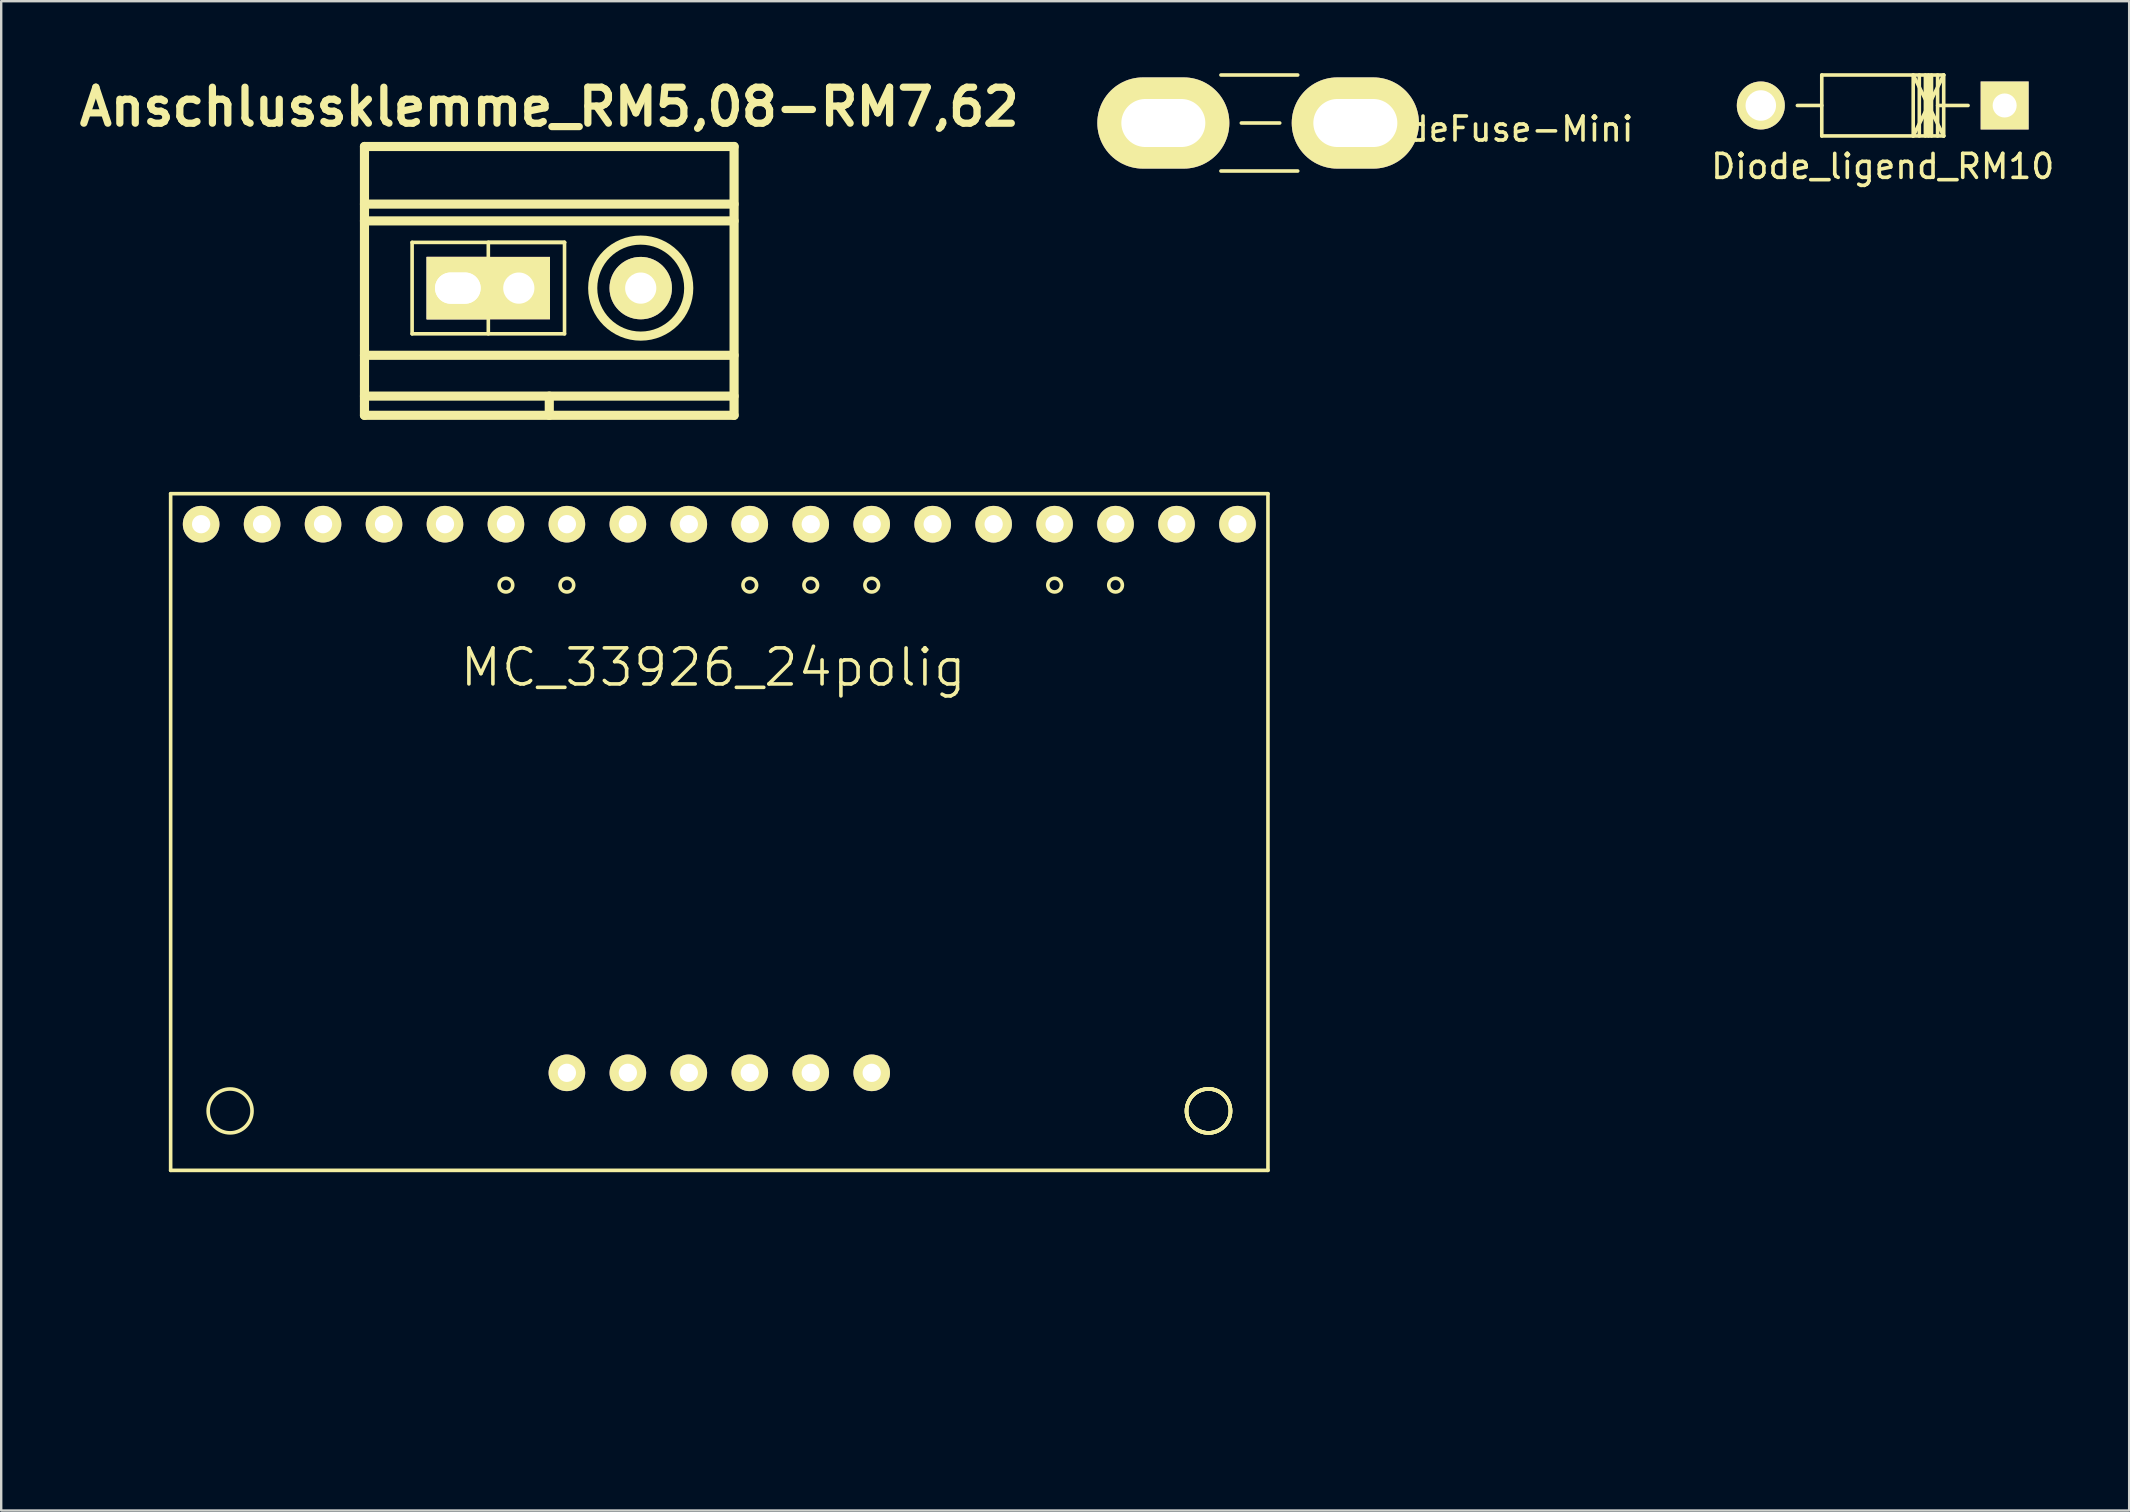
<source format=kicad_pcb>
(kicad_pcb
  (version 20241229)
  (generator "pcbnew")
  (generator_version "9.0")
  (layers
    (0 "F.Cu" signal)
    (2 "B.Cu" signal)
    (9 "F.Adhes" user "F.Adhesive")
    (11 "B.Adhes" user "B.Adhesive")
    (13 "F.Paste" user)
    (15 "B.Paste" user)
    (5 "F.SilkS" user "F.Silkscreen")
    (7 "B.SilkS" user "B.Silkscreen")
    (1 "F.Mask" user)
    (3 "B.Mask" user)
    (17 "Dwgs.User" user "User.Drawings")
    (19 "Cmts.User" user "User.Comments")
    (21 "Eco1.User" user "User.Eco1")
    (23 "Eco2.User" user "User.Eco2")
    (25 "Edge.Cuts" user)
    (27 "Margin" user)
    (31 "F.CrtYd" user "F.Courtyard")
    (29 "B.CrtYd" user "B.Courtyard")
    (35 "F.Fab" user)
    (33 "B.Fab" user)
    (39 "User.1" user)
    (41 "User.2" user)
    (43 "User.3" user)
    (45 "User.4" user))
  (footprint "BladeFuse-Mini"
    (layer "F.Cu")
    (at 49.421 2.075)
    (property "Reference" "BladeFuse-Mini" (at 9.652 0.254 0) (layer "F.SilkS") (effects (font (size 1 1) (thickness 0.15))))
    (attr through_hole)
    (fp_line (start -1.6 -2) (end 1.6 -2) (stroke (width 0.15) (type solid)) (layer "F.SilkS"))
    (fp_line (start -0.75 0) (end 0.85 0) (stroke (width 0.15) (type solid)) (layer "F.SilkS"))
    (fp_line (start 1.6 2) (end -1.6 2) (stroke (width 0.15) (type solid)) (layer "F.SilkS"))
    (pad "1" thru_hole oval (at -4 0) (size 5.5 3.8) (drill oval 3.5 2) (layers "*.Cu" "*.Mask" "F.SilkS"))
    (pad "2" thru_hole oval (at 4 0) (size 5.3 3.8) (drill oval 3.5 2) (layers "*.Cu" "*.Mask" "F.SilkS")))
  (footprint "MC_33926_24polig"
    (layer "F.Cu")
    (at 0.25 56.636)
    (property "Reference" "MC_33926_24polig" (at 26.416 -31.877 0) (layer "F.SilkS") (effects (font (size 1.5 1.5) (thickness 0.15))))
    (attr through_hole)
    (fp_line (start 3.81 -39.116) (end 49.53 -39.116) (stroke (width 0.15) (type solid)) (layer "F.SilkS"))
    (fp_line (start 3.81 -10.922) (end 3.81 -39.116) (stroke (width 0.15) (type solid)) (layer "F.SilkS"))
    (fp_line (start 49.53 -39.116) (end 49.53 -10.922) (stroke (width 0.15) (type solid)) (layer "F.SilkS"))
    (fp_line (start 49.53 -10.922) (end 3.81 -10.922) (stroke (width 0.15) (type solid)) (layer "F.SilkS"))
    (fp_circle (center 6.287 -13.399) (end 7.048 -13.906) (stroke (width 0.15) (type solid)) (fill no) (layer "F.SilkS"))
    (fp_circle (center 17.78 -35.306) (end 17.907 -35.052) (stroke (width 0.15) (type solid)) (fill no) (layer "F.SilkS"))
    (fp_circle (center 20.32 -35.306) (end 20.447 -35.052) (stroke (width 0.15) (type solid)) (fill no) (layer "F.SilkS"))
    (fp_circle (center 27.94 -35.306) (end 28.067 -35.052) (stroke (width 0.15) (type solid)) (fill no) (layer "F.SilkS"))
    (fp_circle (center 30.48 -35.306) (end 30.607 -35.052) (stroke (width 0.15) (type solid)) (fill no) (layer "F.SilkS"))
    (fp_circle (center 33.02 -35.306) (end 33.147 -35.052) (stroke (width 0.15) (type solid)) (fill no) (layer "F.SilkS"))
    (fp_circle (center 40.64 -35.306) (end 40.767 -35.052) (stroke (width 0.15) (type solid)) (fill no) (layer "F.SilkS"))
    (fp_circle (center 43.18 -35.306) (end 43.434 -35.179) (stroke (width 0.15) (type solid)) (fill no) (layer "F.SilkS"))
    (fp_circle (center 47.053 -13.399) (end 47.816 -13.906) (stroke (width 0.15) (type solid)) (fill no) (layer "F.SilkS"))
    (fp_circle (center 47.053 -13.399) (end 47.816 -13.906) (stroke (width 0.15) (type solid)) (fill no) (layer "F.SilkS"))
    (fp_circle (center 47.053 -13.399) (end 47.816 -13.906) (stroke (width 0.15) (type solid)) (fill no) (layer "F.SilkS"))
    (fp_circle (center 47.053 -13.399) (end 47.816 -13.906) (stroke (width 0.15) (type solid)) (fill no) (layer "F.SilkS"))
    (pad "1" thru_hole circle (at 5.08 -37.846) (size 1.524 1.524) (drill 0.762) (layers "*.Cu" "*.Mask" "F.SilkS"))
    (pad "2" thru_hole circle (at 7.62 -37.846) (size 1.524 1.524) (drill 0.762) (layers "*.Cu" "*.Mask" "F.SilkS"))
    (pad "3" thru_hole circle (at 10.16 -37.846) (size 1.524 1.524) (drill 0.762) (layers "*.Cu" "*.Mask" "F.SilkS"))
    (pad "4" thru_hole circle (at 12.7 -37.846) (size 1.524 1.524) (drill 0.762) (layers "*.Cu" "*.Mask" "F.SilkS"))
    (pad "5" thru_hole circle (at 15.24 -37.846) (size 1.524 1.524) (drill 0.762) (layers "*.Cu" "*.Mask" "F.SilkS"))
    (pad "6" thru_hole circle (at 17.78 -37.846) (size 1.524 1.524) (drill 0.762) (layers "*.Cu" "*.Mask" "F.SilkS"))
    (pad "7" thru_hole circle (at 20.32 -37.846) (size 1.524 1.524) (drill 0.762) (layers "*.Cu" "*.Mask" "F.SilkS"))
    (pad "8" thru_hole circle (at 22.86 -37.846) (size 1.524 1.524) (drill 0.762) (layers "*.Cu" "*.Mask" "F.SilkS"))
    (pad "9" thru_hole circle (at 25.4 -37.846) (size 1.524 1.524) (drill 0.762) (layers "*.Cu" "*.Mask" "F.SilkS"))
    (pad "10" thru_hole circle (at 27.94 -37.846) (size 1.524 1.524) (drill 0.762) (layers "*.Cu" "*.Mask" "F.SilkS"))
    (pad "11" thru_hole circle (at 30.48 -37.846) (size 1.524 1.524) (drill 0.762) (layers "*.Cu" "*.Mask" "F.SilkS"))
    (pad "12" thru_hole circle (at 33.02 -37.846) (size 1.524 1.524) (drill 0.762) (layers "*.Cu" "*.Mask" "F.SilkS"))
    (pad "13" thru_hole circle (at 35.56 -37.846) (size 1.524 1.524) (drill 0.762) (layers "*.Cu" "*.Mask" "F.SilkS"))
    (pad "14" thru_hole circle (at 38.1 -37.846) (size 1.524 1.524) (drill 0.762) (layers "*.Cu" "*.Mask" "F.SilkS"))
    (pad "15" thru_hole circle (at 40.64 -37.846) (size 1.524 1.524) (drill 0.762) (layers "*.Cu" "*.Mask" "F.SilkS"))
    (pad "16" thru_hole circle (at 43.18 -37.846) (size 1.524 1.524) (drill 0.762) (layers "*.Cu" "*.Mask" "F.SilkS"))
    (pad "17" thru_hole circle (at 45.72 -37.846) (size 1.524 1.524) (drill 0.762) (layers "*.Cu" "*.Mask" "F.SilkS"))
    (pad "18" thru_hole circle (at 48.26 -37.846) (size 1.524 1.524) (drill 0.762) (layers "*.Cu" "*.Mask" "F.SilkS"))
    (pad "19" thru_hole circle (at 20.32 -14.986) (size 1.524 1.524) (drill 0.762) (layers "*.Cu" "*.Mask" "F.SilkS"))
    (pad "20" thru_hole circle (at 22.86 -14.986) (size 1.524 1.524) (drill 0.762) (layers "*.Cu" "*.Mask" "F.SilkS"))
    (pad "21" thru_hole circle (at 25.4 -14.986) (size 1.524 1.524) (drill 0.762) (layers "*.Cu" "*.Mask" "F.SilkS"))
    (pad "22" thru_hole circle (at 27.94 -14.986) (size 1.524 1.524) (drill 0.762) (layers "*.Cu" "*.Mask" "F.SilkS"))
    (pad "23" thru_hole circle (at 30.48 -14.986) (size 1.524 1.524) (drill 0.762) (layers "*.Cu" "*.Mask" "F.SilkS"))
    (pad "24" thru_hole circle (at 33.02 -14.986) (size 1.524 1.524) (drill 0.762) (layers "*.Cu" "*.Mask" "F.SilkS")))
  (footprint "Anschlussklemme_RM5,08-RM7,62"
    (layer "F.Cu")
    (at 19.836 8.954)
    (property "Reference" "Anschlussklemme_RM5,08-RM7,62" (at 0 -7.55 0) (layer "F.SilkS") (effects (font (size 1.5 1.5) (thickness 0.3))))
    (attr through_hole)
    (fp_line (start -7.7 -5.9) (end -7.7 5.3) (stroke (width 0.381) (type solid)) (layer "F.SilkS"))
    (fp_line (start -7.7 -5.9) (end 7.7 -5.9) (stroke (width 0.381) (type solid)) (layer "F.SilkS"))
    (fp_line (start -7.7 -3.5) (end 7.7 -3.5) (stroke (width 0.381) (type solid)) (layer "F.SilkS"))
    (fp_line (start -7.7 -2.8) (end 7.7 -2.8) (stroke (width 0.381) (type solid)) (layer "F.SilkS"))
    (fp_line (start -7.7 2.8) (end 7.7 2.8) (stroke (width 0.381) (type solid)) (layer "F.SilkS"))
    (fp_line (start -7.7 4.5) (end 7.7 4.5) (stroke (width 0.381) (type solid)) (layer "F.SilkS"))
    (fp_line (start -7.7 5.3) (end 7.7 5.3) (stroke (width 0.381) (type solid)) (layer "F.SilkS"))
    (fp_line (start -5.715 -1.905) (end 0.635 -1.905) (stroke (width 0.15) (type solid)) (layer "F.SilkS"))
    (fp_line (start -5.715 1.905) (end -5.715 -1.905) (stroke (width 0.15) (type solid)) (layer "F.SilkS"))
    (fp_line (start -2.54 -1.905) (end -2.54 1.905) (stroke (width 0.15) (type solid)) (layer "F.SilkS"))
    (fp_line (start 0 4.5) (end 0 5.3) (stroke (width 0.381) (type solid)) (layer "F.SilkS"))
    (fp_line (start 0.635 -1.905) (end -2.54 -1.905) (stroke (width 0.15) (type solid)) (layer "F.SilkS"))
    (fp_line (start 0.635 -1.905) (end 0.635 1.905) (stroke (width 0.15) (type solid)) (layer "F.SilkS"))
    (fp_line (start 0.635 1.905) (end -5.715 1.905) (stroke (width 0.15) (type solid)) (layer "F.SilkS"))
    (fp_line (start 7.7 -5.9) (end 7.7 5.3) (stroke (width 0.381) (type solid)) (layer "F.SilkS"))
    (fp_circle (center 3.81 0) (end 1.81 0) (stroke (width 0.381) (type solid)) (fill no) (layer "F.SilkS"))
    (pad "1" thru_hole rect (at -3.81 0) (size 2.6 2.6) (drill oval 1.9 1.3) (layers "*.Cu" "*.Mask" "F.SilkS"))
    (pad "1" thru_hole rect (at -3.81 0) (size 2.6 2.6) (drill oval 1.9 1.3) (layers "*.Cu" "*.Mask" "F.SilkS"))
    (pad "1" thru_hole rect (at -1.27 0) (size 2.6 2.6) (drill 1.3) (layers "*.Cu" "*.Mask" "F.SilkS"))
    (pad "2" thru_hole circle (at 3.81 0) (size 2.6 2.6) (drill 1.3) (layers "*.Cu" "*.Mask" "F.SilkS")))
  (footprint "Diode_ligend_RM10"
    (layer "F.Cu")
    (at 75.395 1.345)
    (property "Reference" "Diode_ligend_RM10" (at 0 2.54 0) (layer "F.SilkS") (effects (font (size 1 1) (thickness 0.15))))
    (attr through_hole)
    (fp_line (start -2.54 -1.27) (end -2.54 1.27) (stroke (width 0.15) (type solid)) (layer "F.SilkS"))
    (fp_line (start -2.54 0) (end -3.556 0) (stroke (width 0.15) (type solid)) (layer "F.SilkS"))
    (fp_line (start -2.54 1.27) (end 2.54 1.27) (stroke (width 0.15) (type solid)) (layer "F.SilkS"))
    (fp_line (start 1.27 -1.27) (end 1.27 1.27) (stroke (width 0.15) (type solid)) (layer "F.SilkS"))
    (fp_line (start 1.27 -1.27) (end 2.54 1.27) (stroke (width 0.15) (type solid)) (layer "F.SilkS"))
    (fp_line (start 1.524 -1.27) (end 1.524 1.27) (stroke (width 0.15) (type solid)) (layer "F.SilkS"))
    (fp_line (start 1.778 -1.27) (end 1.778 1.27) (stroke (width 0.15) (type solid)) (layer "F.SilkS"))
    (fp_line (start 1.905 -1.27) (end 1.905 1.27) (stroke (width 0.15) (type solid)) (layer "F.SilkS"))
    (fp_line (start 2.032 -1.27) (end 2.032 1.27) (stroke (width 0.15) (type solid)) (layer "F.SilkS"))
    (fp_line (start 2.286 -1.27) (end 2.286 1.27) (stroke (width 0.15) (type solid)) (layer "F.SilkS"))
    (fp_line (start 2.286 0) (end 3.556 0) (stroke (width 0.15) (type solid)) (layer "F.SilkS"))
    (fp_line (start 2.54 -1.27) (end -2.54 -1.27) (stroke (width 0.15) (type solid)) (layer "F.SilkS"))
    (fp_line (start 2.54 -1.27) (end 1.27 1.27) (stroke (width 0.15) (type solid)) (layer "F.SilkS"))
    (fp_line (start 2.54 1.27) (end 2.54 -1.27) (stroke (width 0.15) (type solid)) (layer "F.SilkS"))
    (pad "1" thru_hole circle (at -5.08 0) (size 1.999 1.999) (drill 1.27) (layers "*.Cu" "*.Mask" "F.SilkS"))
    (pad "2" thru_hole rect (at 5.08 0) (size 1.999 1.999) (drill 1.001) (layers "*.Cu" "*.Mask" "F.SilkS")))
  (gr_rect
    (start -3 -3)
    (end 85.663 59.886)
    (stroke (width 0.1) (type default))
    (fill no)
    (layer "Edge.Cuts")))
</source>
